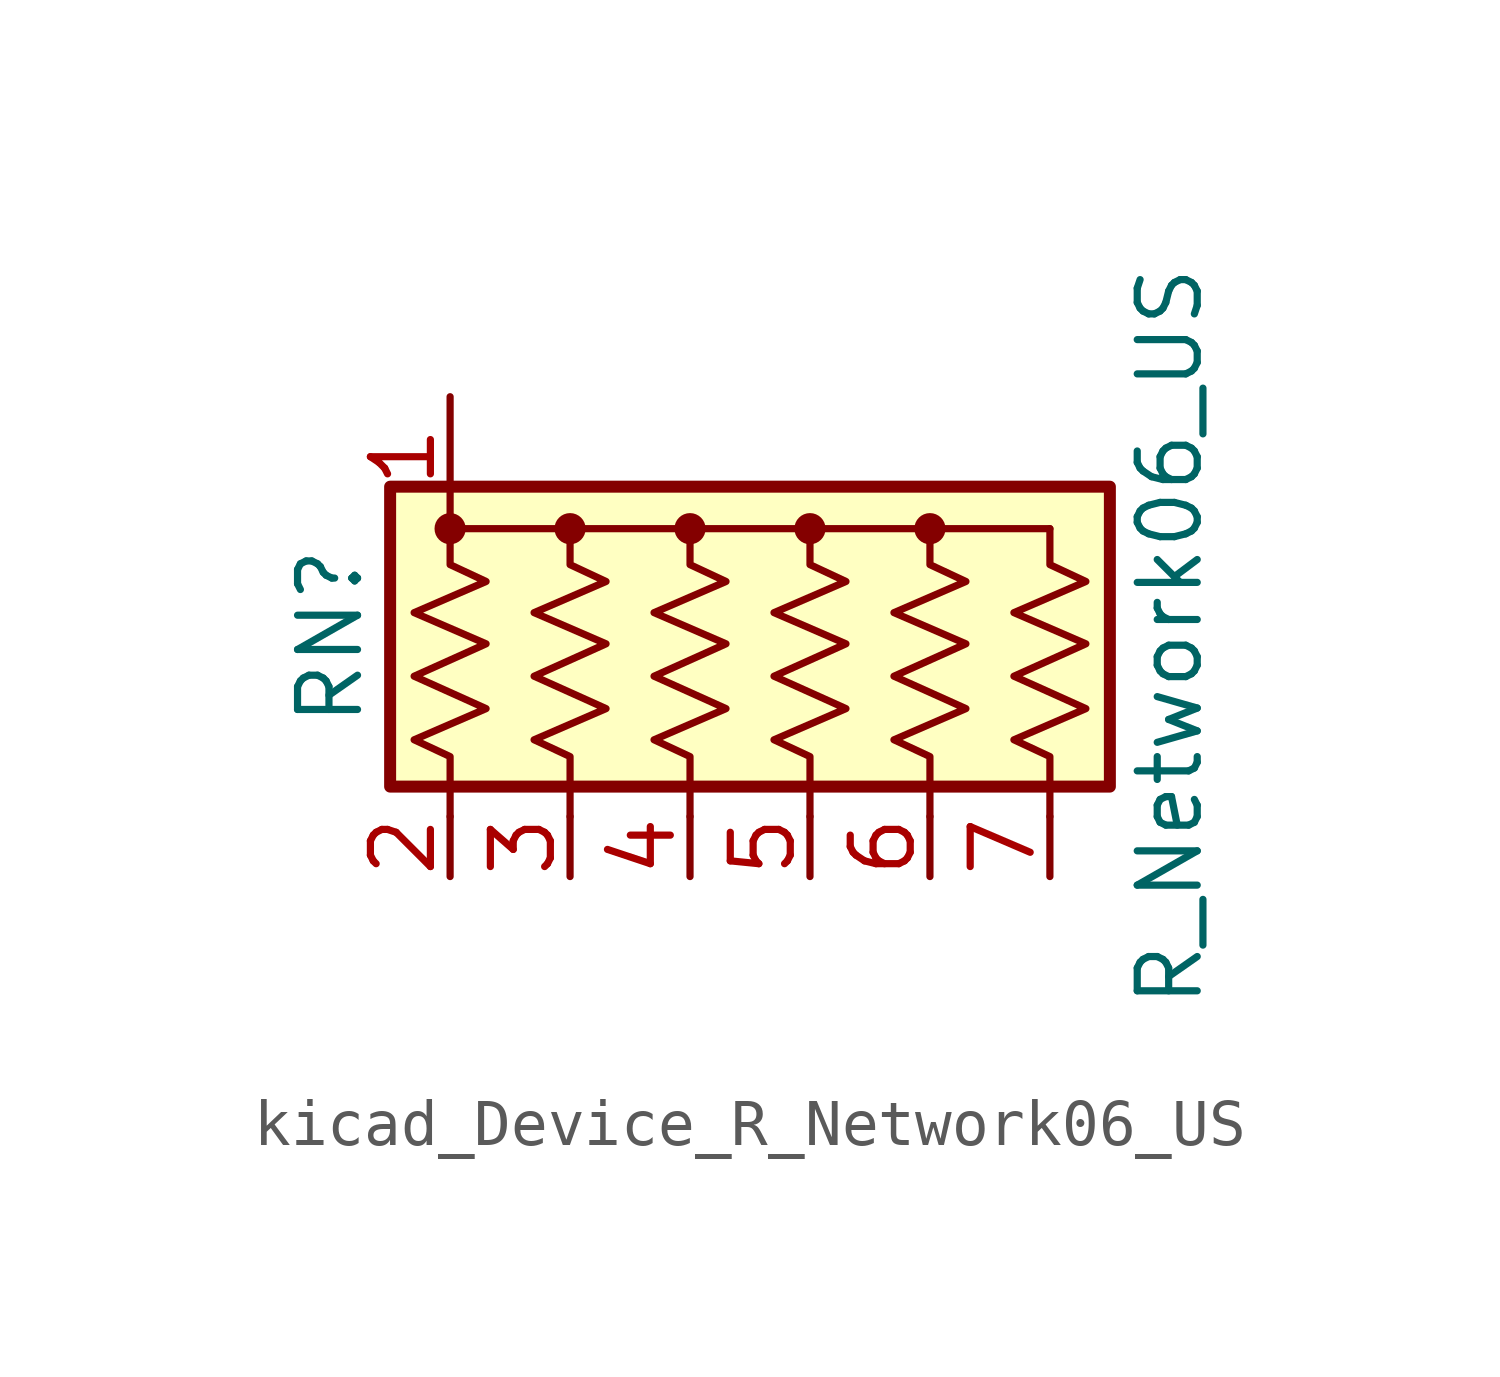
<source format=kicad_sym>
(kicad_symbol_lib
  (version 20220914)
  (generator kicad_symbol_editor)
  (symbol "kicad_Device_R_Network06_US"
    (pin_names
      (offset 0) hide)
    (property "Reference" "RN"
      (at -10.16 0 90)
      (effects (font (size 1.27 1.27))))
    (property "Value" "R_Network06_US"
      (at 7.62 0 90)
      (effects (font (size 1.27 1.27))))
    (symbol "kicad_Device_R_Network06_US_0_1"
      (rectangle (start -8.89 -3.175) (end 6.35 3.175) (stroke (width 0.254) (type default)) (fill (type background)))
      (circle (center -7.62 2.286) (radius 0.254) (stroke (width 0) (type default)) (fill (type outline)))
      (circle (center -5.08 2.286) (radius 0.254) (stroke (width 0) (type default)) (fill (type outline)))
      (circle (center -2.54 2.286) (radius 0.254) (stroke (width 0) (type default)) (fill (type outline)))
      (polyline (pts (xy -7.62 2.286) (xy 5.08 2.286)) (stroke (width 0) (type default)) (fill (type none)))
      (polyline (pts (xy -7.62 2.286) (xy -7.62 1.524) (xy -6.858 1.168) (xy -8.382 0.508) (xy -6.858 -0.152) (xy -8.382 -0.838) (xy -6.858 -1.524) (xy -8.382 -2.184) (xy -7.62 -2.54) (xy -7.62 -3.81)) (stroke (width 0) (type default)) (fill (type none)))
      (polyline (pts (xy -5.08 2.286) (xy -5.08 1.524) (xy -4.318 1.168) (xy -5.842 0.508) (xy -4.318 -0.152) (xy -5.842 -0.838) (xy -4.318 -1.524) (xy -5.842 -2.184) (xy -5.08 -2.54) (xy -5.08 -3.81)) (stroke (width 0) (type default)) (fill (type none)))
      (polyline (pts (xy -2.54 2.286) (xy -2.54 1.524) (xy -1.778 1.168) (xy -3.302 0.508) (xy -1.778 -0.152) (xy -3.302 -0.838) (xy -1.778 -1.524) (xy -3.302 -2.184) (xy -2.54 -2.54) (xy -2.54 -3.81)) (stroke (width 0) (type default)) (fill (type none)))
      (polyline (pts (xy 0 2.286) (xy 0 1.524) (xy 0.762 1.168) (xy -0.762 0.508) (xy 0.762 -0.152) (xy -0.762 -0.838) (xy 0.762 -1.524) (xy -0.762 -2.184) (xy 0 -2.54) (xy 0 -3.81)) (stroke (width 0) (type default)) (fill (type none)))
      (polyline (pts (xy 2.54 2.286) (xy 2.54 1.524) (xy 3.302 1.168) (xy 1.778 0.508) (xy 3.302 -0.152) (xy 1.778 -0.838) (xy 3.302 -1.524) (xy 1.778 -2.184) (xy 2.54 -2.54) (xy 2.54 -3.81)) (stroke (width 0) (type default)) (fill (type none)))
      (polyline (pts (xy 5.08 2.286) (xy 5.08 1.524) (xy 5.842 1.168) (xy 4.318 0.508) (xy 5.842 -0.152) (xy 4.318 -0.838) (xy 5.842 -1.524) (xy 4.318 -2.184) (xy 5.08 -2.54) (xy 5.08 -3.81)) (stroke (width 0) (type default)) (fill (type none)))
      (circle (center 0 2.286) (radius 0.254) (stroke (width 0) (type default)) (fill (type outline)))
      (circle (center 2.54 2.286) (radius 0.254) (stroke (width 0) (type default)) (fill (type outline))))
    (symbol "kicad_Device_R_Network06_US_1_1"
      (pin passive line (at -7.62 5.08 270) (length 2.54) (name "common" (effects (font (size 1.27 1.27)))) (number "1" (effects (font (size 1.27 1.27)))))
      (pin passive line (at -7.62 -5.08 90) (length 1.27) (name "R1" (effects (font (size 1.27 1.27)))) (number "2" (effects (font (size 1.27 1.27)))))
      (pin passive line (at -5.08 -5.08 90) (length 1.27) (name "R2" (effects (font (size 1.27 1.27)))) (number "3" (effects (font (size 1.27 1.27)))))
      (pin passive line (at -2.54 -5.08 90) (length 1.27) (name "R3" (effects (font (size 1.27 1.27)))) (number "4" (effects (font (size 1.27 1.27)))))
      (pin passive line (at 0 -5.08 90) (length 1.27) (name "R4" (effects (font (size 1.27 1.27)))) (number "5" (effects (font (size 1.27 1.27)))))
      (pin passive line (at 2.54 -5.08 90) (length 1.27) (name "R5" (effects (font (size 1.27 1.27)))) (number "6" (effects (font (size 1.27 1.27)))))
      (pin passive line (at 5.08 -5.08 90) (length 1.27) (name "R6" (effects (font (size 1.27 1.27)))) (number "7" (effects (font (size 1.27 1.27))))))))
</source>
